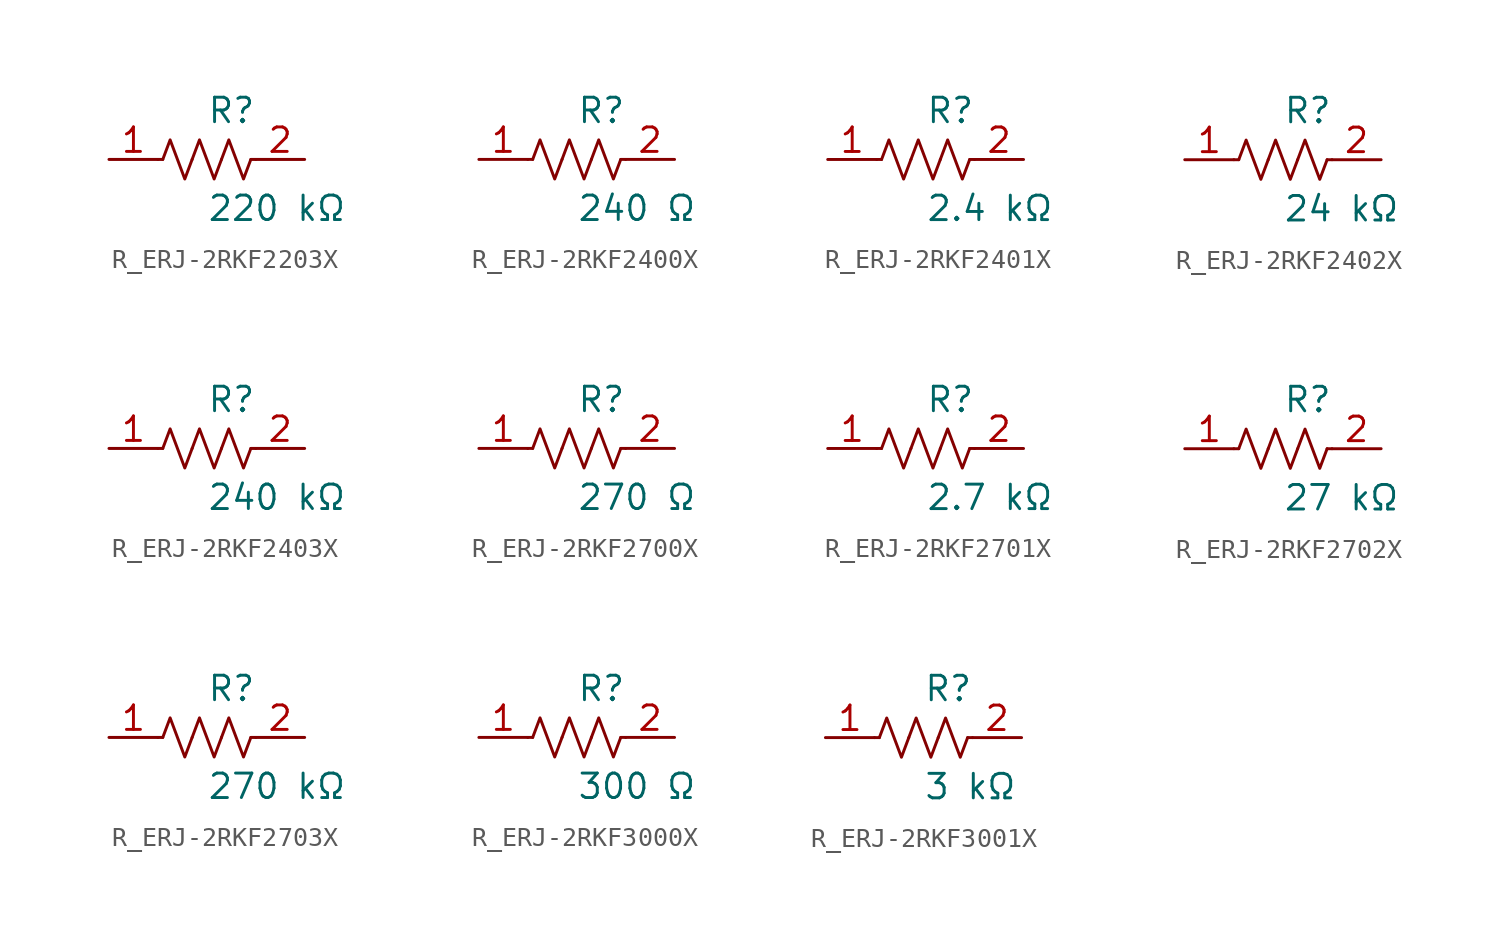
<source format=kicad_sym>
(kicad_symbol_lib
  (version 20231120)
  (generator kicad_symbol_editor)
  (generator_version 8.0)
  (symbol "R_ERJ-2RKF2203X"
    (pin_names
      (offset 0.254))
    (property "Reference" "R"
      (at 0.0 2.54 0)
      (effects (font (size 1.27 1.27)) (justify left)))
    (property "Value" "220 kΩ"
      (at 0.0 -2.54 0)
      (effects (font (size 1.27 1.27)) (justify left)))
    (symbol "R_ERJ-2RKF2203X_0_1"
      (polyline (pts (xy 2.286 0) (xy 2.54 0)) (stroke (width 0) (type default)) (fill (type none)))
      (polyline (pts (xy -2.286 0) (xy -2.54 0)) (stroke (width 0) (type default)) (fill (type none)))
      (polyline (pts (xy 0.762 0) (xy 1.143 1.016) (xy 1.524 0) (xy 1.905 -1.016) (xy 2.286 0)) (stroke (width 0) (type default)) (fill (type none)))
      (polyline (pts (xy -0.762 0) (xy -0.381 1.016) (xy 0 0) (xy 0.381 -1.016) (xy 0.762 0)) (stroke (width 0) (type default)) (fill (type none)))
      (polyline (pts (xy -2.286 0) (xy -1.905 1.016) (xy -1.524 0) (xy -1.143 -1.016) (xy -0.762 0)) (stroke (width 0) (type default)) (fill (type none))))
    (pin unspecified line
      (at -5.08 0 0)
      (length 2.54)
      (name "" (effects (font (size 1.27 1.27))))
      (number "1" (effects (font (size 1.27 1.27)))))
    (pin unspecified line
      (at 5.08 0 180)
      (length 2.54)
      (name "" (effects (font (size 1.27 1.27))))
      (number "2" (effects (font (size 1.27 1.27))))))
  (symbol "R_ERJ-2RKF2400X"
    (pin_names
      (offset 0.254))
    (property "Reference" "R"
      (at 0.0 2.54 0)
      (effects (font (size 1.27 1.27)) (justify left)))
    (property "Value" "240 Ω"
      (at 0.0 -2.54 0)
      (effects (font (size 1.27 1.27)) (justify left)))
    (symbol "R_ERJ-2RKF2400X_0_1"
      (polyline (pts (xy 2.286 0) (xy 2.54 0)) (stroke (width 0) (type default)) (fill (type none)))
      (polyline (pts (xy -2.286 0) (xy -2.54 0)) (stroke (width 0) (type default)) (fill (type none)))
      (polyline (pts (xy 0.762 0) (xy 1.143 1.016) (xy 1.524 0) (xy 1.905 -1.016) (xy 2.286 0)) (stroke (width 0) (type default)) (fill (type none)))
      (polyline (pts (xy -0.762 0) (xy -0.381 1.016) (xy 0 0) (xy 0.381 -1.016) (xy 0.762 0)) (stroke (width 0) (type default)) (fill (type none)))
      (polyline (pts (xy -2.286 0) (xy -1.905 1.016) (xy -1.524 0) (xy -1.143 -1.016) (xy -0.762 0)) (stroke (width 0) (type default)) (fill (type none))))
    (pin unspecified line
      (at -5.08 0 0)
      (length 2.54)
      (name "" (effects (font (size 1.27 1.27))))
      (number "1" (effects (font (size 1.27 1.27)))))
    (pin unspecified line
      (at 5.08 0 180)
      (length 2.54)
      (name "" (effects (font (size 1.27 1.27))))
      (number "2" (effects (font (size 1.27 1.27))))))
  (symbol "R_ERJ-2RKF2401X"
    (pin_names
      (offset 0.254))
    (property "Reference" "R"
      (at 0.0 2.54 0)
      (effects (font (size 1.27 1.27)) (justify left)))
    (property "Value" "2.4 kΩ"
      (at 0.0 -2.54 0)
      (effects (font (size 1.27 1.27)) (justify left)))
    (symbol "R_ERJ-2RKF2401X_0_1"
      (polyline (pts (xy 2.286 0) (xy 2.54 0)) (stroke (width 0) (type default)) (fill (type none)))
      (polyline (pts (xy -2.286 0) (xy -2.54 0)) (stroke (width 0) (type default)) (fill (type none)))
      (polyline (pts (xy 0.762 0) (xy 1.143 1.016) (xy 1.524 0) (xy 1.905 -1.016) (xy 2.286 0)) (stroke (width 0) (type default)) (fill (type none)))
      (polyline (pts (xy -0.762 0) (xy -0.381 1.016) (xy 0 0) (xy 0.381 -1.016) (xy 0.762 0)) (stroke (width 0) (type default)) (fill (type none)))
      (polyline (pts (xy -2.286 0) (xy -1.905 1.016) (xy -1.524 0) (xy -1.143 -1.016) (xy -0.762 0)) (stroke (width 0) (type default)) (fill (type none))))
    (pin unspecified line
      (at -5.08 0 0)
      (length 2.54)
      (name "" (effects (font (size 1.27 1.27))))
      (number "1" (effects (font (size 1.27 1.27)))))
    (pin unspecified line
      (at 5.08 0 180)
      (length 2.54)
      (name "" (effects (font (size 1.27 1.27))))
      (number "2" (effects (font (size 1.27 1.27))))))
  (symbol "R_ERJ-2RKF2402X"
    (pin_names
      (offset 0.254))
    (property "Reference" "R"
      (at 0.0 2.54 0)
      (effects (font (size 1.27 1.27)) (justify left)))
    (property "Value" "24 kΩ"
      (at 0.0 -2.54 0)
      (effects (font (size 1.27 1.27)) (justify left)))
    (symbol "R_ERJ-2RKF2402X_0_1"
      (polyline (pts (xy 2.286 0) (xy 2.54 0)) (stroke (width 0) (type default)) (fill (type none)))
      (polyline (pts (xy -2.286 0) (xy -2.54 0)) (stroke (width 0) (type default)) (fill (type none)))
      (polyline (pts (xy 0.762 0) (xy 1.143 1.016) (xy 1.524 0) (xy 1.905 -1.016) (xy 2.286 0)) (stroke (width 0) (type default)) (fill (type none)))
      (polyline (pts (xy -0.762 0) (xy -0.381 1.016) (xy 0 0) (xy 0.381 -1.016) (xy 0.762 0)) (stroke (width 0) (type default)) (fill (type none)))
      (polyline (pts (xy -2.286 0) (xy -1.905 1.016) (xy -1.524 0) (xy -1.143 -1.016) (xy -0.762 0)) (stroke (width 0) (type default)) (fill (type none))))
    (pin unspecified line
      (at -5.08 0 0)
      (length 2.54)
      (name "" (effects (font (size 1.27 1.27))))
      (number "1" (effects (font (size 1.27 1.27)))))
    (pin unspecified line
      (at 5.08 0 180)
      (length 2.54)
      (name "" (effects (font (size 1.27 1.27))))
      (number "2" (effects (font (size 1.27 1.27))))))
  (symbol "R_ERJ-2RKF2403X"
    (pin_names
      (offset 0.254))
    (property "Reference" "R"
      (at 0.0 2.54 0)
      (effects (font (size 1.27 1.27)) (justify left)))
    (property "Value" "240 kΩ"
      (at 0.0 -2.54 0)
      (effects (font (size 1.27 1.27)) (justify left)))
    (symbol "R_ERJ-2RKF2403X_0_1"
      (polyline (pts (xy 2.286 0) (xy 2.54 0)) (stroke (width 0) (type default)) (fill (type none)))
      (polyline (pts (xy -2.286 0) (xy -2.54 0)) (stroke (width 0) (type default)) (fill (type none)))
      (polyline (pts (xy 0.762 0) (xy 1.143 1.016) (xy 1.524 0) (xy 1.905 -1.016) (xy 2.286 0)) (stroke (width 0) (type default)) (fill (type none)))
      (polyline (pts (xy -0.762 0) (xy -0.381 1.016) (xy 0 0) (xy 0.381 -1.016) (xy 0.762 0)) (stroke (width 0) (type default)) (fill (type none)))
      (polyline (pts (xy -2.286 0) (xy -1.905 1.016) (xy -1.524 0) (xy -1.143 -1.016) (xy -0.762 0)) (stroke (width 0) (type default)) (fill (type none))))
    (pin unspecified line
      (at -5.08 0 0)
      (length 2.54)
      (name "" (effects (font (size 1.27 1.27))))
      (number "1" (effects (font (size 1.27 1.27)))))
    (pin unspecified line
      (at 5.08 0 180)
      (length 2.54)
      (name "" (effects (font (size 1.27 1.27))))
      (number "2" (effects (font (size 1.27 1.27))))))
  (symbol "R_ERJ-2RKF2700X"
    (pin_names
      (offset 0.254))
    (property "Reference" "R"
      (at 0.0 2.54 0)
      (effects (font (size 1.27 1.27)) (justify left)))
    (property "Value" "270 Ω"
      (at 0.0 -2.54 0)
      (effects (font (size 1.27 1.27)) (justify left)))
    (symbol "R_ERJ-2RKF2700X_0_1"
      (polyline (pts (xy 2.286 0) (xy 2.54 0)) (stroke (width 0) (type default)) (fill (type none)))
      (polyline (pts (xy -2.286 0) (xy -2.54 0)) (stroke (width 0) (type default)) (fill (type none)))
      (polyline (pts (xy 0.762 0) (xy 1.143 1.016) (xy 1.524 0) (xy 1.905 -1.016) (xy 2.286 0)) (stroke (width 0) (type default)) (fill (type none)))
      (polyline (pts (xy -0.762 0) (xy -0.381 1.016) (xy 0 0) (xy 0.381 -1.016) (xy 0.762 0)) (stroke (width 0) (type default)) (fill (type none)))
      (polyline (pts (xy -2.286 0) (xy -1.905 1.016) (xy -1.524 0) (xy -1.143 -1.016) (xy -0.762 0)) (stroke (width 0) (type default)) (fill (type none))))
    (pin unspecified line
      (at -5.08 0 0)
      (length 2.54)
      (name "" (effects (font (size 1.27 1.27))))
      (number "1" (effects (font (size 1.27 1.27)))))
    (pin unspecified line
      (at 5.08 0 180)
      (length 2.54)
      (name "" (effects (font (size 1.27 1.27))))
      (number "2" (effects (font (size 1.27 1.27))))))
  (symbol "R_ERJ-2RKF2701X"
    (pin_names
      (offset 0.254))
    (property "Reference" "R"
      (at 0.0 2.54 0)
      (effects (font (size 1.27 1.27)) (justify left)))
    (property "Value" "2.7 kΩ"
      (at 0.0 -2.54 0)
      (effects (font (size 1.27 1.27)) (justify left)))
    (symbol "R_ERJ-2RKF2701X_0_1"
      (polyline (pts (xy 2.286 0) (xy 2.54 0)) (stroke (width 0) (type default)) (fill (type none)))
      (polyline (pts (xy -2.286 0) (xy -2.54 0)) (stroke (width 0) (type default)) (fill (type none)))
      (polyline (pts (xy 0.762 0) (xy 1.143 1.016) (xy 1.524 0) (xy 1.905 -1.016) (xy 2.286 0)) (stroke (width 0) (type default)) (fill (type none)))
      (polyline (pts (xy -0.762 0) (xy -0.381 1.016) (xy 0 0) (xy 0.381 -1.016) (xy 0.762 0)) (stroke (width 0) (type default)) (fill (type none)))
      (polyline (pts (xy -2.286 0) (xy -1.905 1.016) (xy -1.524 0) (xy -1.143 -1.016) (xy -0.762 0)) (stroke (width 0) (type default)) (fill (type none))))
    (pin unspecified line
      (at -5.08 0 0)
      (length 2.54)
      (name "" (effects (font (size 1.27 1.27))))
      (number "1" (effects (font (size 1.27 1.27)))))
    (pin unspecified line
      (at 5.08 0 180)
      (length 2.54)
      (name "" (effects (font (size 1.27 1.27))))
      (number "2" (effects (font (size 1.27 1.27))))))
  (symbol "R_ERJ-2RKF2702X"
    (pin_names
      (offset 0.254))
    (property "Reference" "R"
      (at 0.0 2.54 0)
      (effects (font (size 1.27 1.27)) (justify left)))
    (property "Value" "27 kΩ"
      (at 0.0 -2.54 0)
      (effects (font (size 1.27 1.27)) (justify left)))
    (symbol "R_ERJ-2RKF2702X_0_1"
      (polyline (pts (xy 2.286 0) (xy 2.54 0)) (stroke (width 0) (type default)) (fill (type none)))
      (polyline (pts (xy -2.286 0) (xy -2.54 0)) (stroke (width 0) (type default)) (fill (type none)))
      (polyline (pts (xy 0.762 0) (xy 1.143 1.016) (xy 1.524 0) (xy 1.905 -1.016) (xy 2.286 0)) (stroke (width 0) (type default)) (fill (type none)))
      (polyline (pts (xy -0.762 0) (xy -0.381 1.016) (xy 0 0) (xy 0.381 -1.016) (xy 0.762 0)) (stroke (width 0) (type default)) (fill (type none)))
      (polyline (pts (xy -2.286 0) (xy -1.905 1.016) (xy -1.524 0) (xy -1.143 -1.016) (xy -0.762 0)) (stroke (width 0) (type default)) (fill (type none))))
    (pin unspecified line
      (at -5.08 0 0)
      (length 2.54)
      (name "" (effects (font (size 1.27 1.27))))
      (number "1" (effects (font (size 1.27 1.27)))))
    (pin unspecified line
      (at 5.08 0 180)
      (length 2.54)
      (name "" (effects (font (size 1.27 1.27))))
      (number "2" (effects (font (size 1.27 1.27))))))
  (symbol "R_ERJ-2RKF2703X"
    (pin_names
      (offset 0.254))
    (property "Reference" "R"
      (at 0.0 2.54 0)
      (effects (font (size 1.27 1.27)) (justify left)))
    (property "Value" "270 kΩ"
      (at 0.0 -2.54 0)
      (effects (font (size 1.27 1.27)) (justify left)))
    (symbol "R_ERJ-2RKF2703X_0_1"
      (polyline (pts (xy 2.286 0) (xy 2.54 0)) (stroke (width 0) (type default)) (fill (type none)))
      (polyline (pts (xy -2.286 0) (xy -2.54 0)) (stroke (width 0) (type default)) (fill (type none)))
      (polyline (pts (xy 0.762 0) (xy 1.143 1.016) (xy 1.524 0) (xy 1.905 -1.016) (xy 2.286 0)) (stroke (width 0) (type default)) (fill (type none)))
      (polyline (pts (xy -0.762 0) (xy -0.381 1.016) (xy 0 0) (xy 0.381 -1.016) (xy 0.762 0)) (stroke (width 0) (type default)) (fill (type none)))
      (polyline (pts (xy -2.286 0) (xy -1.905 1.016) (xy -1.524 0) (xy -1.143 -1.016) (xy -0.762 0)) (stroke (width 0) (type default)) (fill (type none))))
    (pin unspecified line
      (at -5.08 0 0)
      (length 2.54)
      (name "" (effects (font (size 1.27 1.27))))
      (number "1" (effects (font (size 1.27 1.27)))))
    (pin unspecified line
      (at 5.08 0 180)
      (length 2.54)
      (name "" (effects (font (size 1.27 1.27))))
      (number "2" (effects (font (size 1.27 1.27))))))
  (symbol "R_ERJ-2RKF3000X"
    (pin_names
      (offset 0.254))
    (property "Reference" "R"
      (at 0.0 2.54 0)
      (effects (font (size 1.27 1.27)) (justify left)))
    (property "Value" "300 Ω"
      (at 0.0 -2.54 0)
      (effects (font (size 1.27 1.27)) (justify left)))
    (symbol "R_ERJ-2RKF3000X_0_1"
      (polyline (pts (xy 2.286 0) (xy 2.54 0)) (stroke (width 0) (type default)) (fill (type none)))
      (polyline (pts (xy -2.286 0) (xy -2.54 0)) (stroke (width 0) (type default)) (fill (type none)))
      (polyline (pts (xy 0.762 0) (xy 1.143 1.016) (xy 1.524 0) (xy 1.905 -1.016) (xy 2.286 0)) (stroke (width 0) (type default)) (fill (type none)))
      (polyline (pts (xy -0.762 0) (xy -0.381 1.016) (xy 0 0) (xy 0.381 -1.016) (xy 0.762 0)) (stroke (width 0) (type default)) (fill (type none)))
      (polyline (pts (xy -2.286 0) (xy -1.905 1.016) (xy -1.524 0) (xy -1.143 -1.016) (xy -0.762 0)) (stroke (width 0) (type default)) (fill (type none))))
    (pin unspecified line
      (at -5.08 0 0)
      (length 2.54)
      (name "" (effects (font (size 1.27 1.27))))
      (number "1" (effects (font (size 1.27 1.27)))))
    (pin unspecified line
      (at 5.08 0 180)
      (length 2.54)
      (name "" (effects (font (size 1.27 1.27))))
      (number "2" (effects (font (size 1.27 1.27))))))
  (symbol "R_ERJ-2RKF3001X"
    (pin_names
      (offset 0.254))
    (property "Reference" "R"
      (at 0.0 2.54 0)
      (effects (font (size 1.27 1.27)) (justify left)))
    (property "Value" "3 kΩ"
      (at 0.0 -2.54 0)
      (effects (font (size 1.27 1.27)) (justify left)))
    (symbol "R_ERJ-2RKF3001X_0_1"
      (polyline (pts (xy 2.286 0) (xy 2.54 0)) (stroke (width 0) (type default)) (fill (type none)))
      (polyline (pts (xy -2.286 0) (xy -2.54 0)) (stroke (width 0) (type default)) (fill (type none)))
      (polyline (pts (xy 0.762 0) (xy 1.143 1.016) (xy 1.524 0) (xy 1.905 -1.016) (xy 2.286 0)) (stroke (width 0) (type default)) (fill (type none)))
      (polyline (pts (xy -0.762 0) (xy -0.381 1.016) (xy 0 0) (xy 0.381 -1.016) (xy 0.762 0)) (stroke (width 0) (type default)) (fill (type none)))
      (polyline (pts (xy -2.286 0) (xy -1.905 1.016) (xy -1.524 0) (xy -1.143 -1.016) (xy -0.762 0)) (stroke (width 0) (type default)) (fill (type none))))
    (pin unspecified line
      (at -5.08 0 0)
      (length 2.54)
      (name "" (effects (font (size 1.27 1.27))))
      (number "1" (effects (font (size 1.27 1.27)))))
    (pin unspecified line
      (at 5.08 0 180)
      (length 2.54)
      (name "" (effects (font (size 1.27 1.27))))
      (number "2" (effects (font (size 1.27 1.27)))))))
</source>
